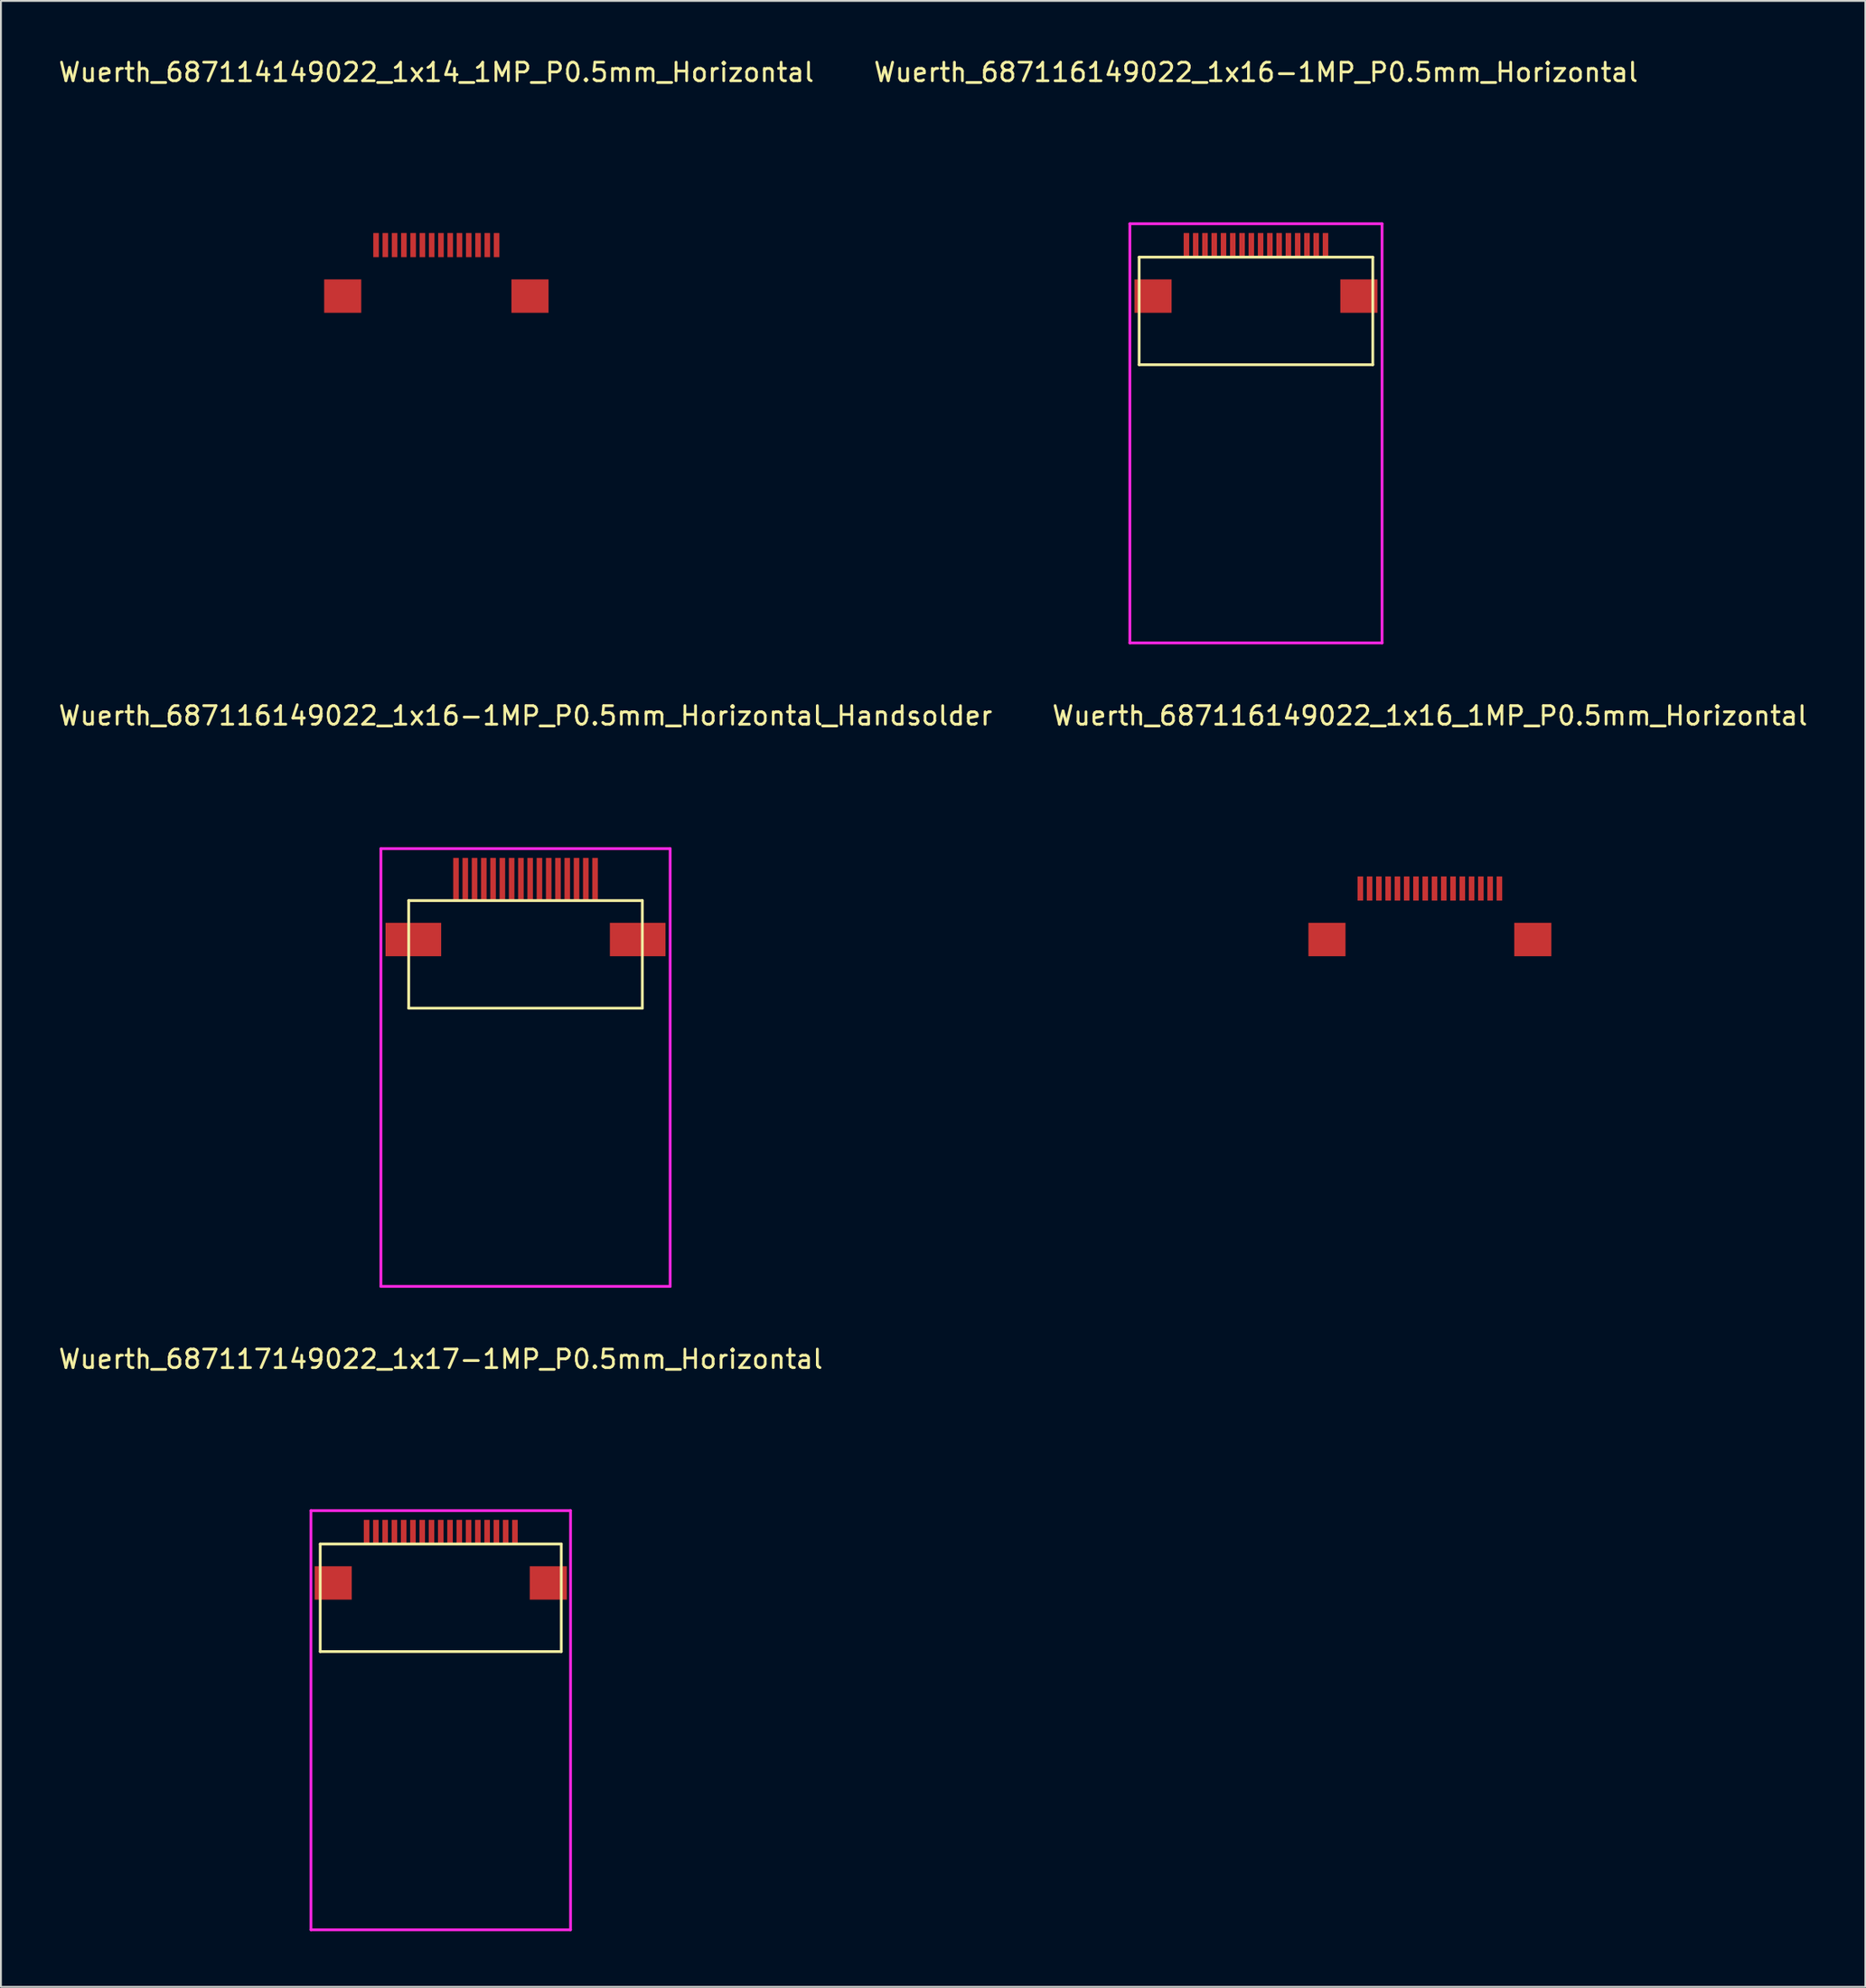
<source format=kicad_pcb>
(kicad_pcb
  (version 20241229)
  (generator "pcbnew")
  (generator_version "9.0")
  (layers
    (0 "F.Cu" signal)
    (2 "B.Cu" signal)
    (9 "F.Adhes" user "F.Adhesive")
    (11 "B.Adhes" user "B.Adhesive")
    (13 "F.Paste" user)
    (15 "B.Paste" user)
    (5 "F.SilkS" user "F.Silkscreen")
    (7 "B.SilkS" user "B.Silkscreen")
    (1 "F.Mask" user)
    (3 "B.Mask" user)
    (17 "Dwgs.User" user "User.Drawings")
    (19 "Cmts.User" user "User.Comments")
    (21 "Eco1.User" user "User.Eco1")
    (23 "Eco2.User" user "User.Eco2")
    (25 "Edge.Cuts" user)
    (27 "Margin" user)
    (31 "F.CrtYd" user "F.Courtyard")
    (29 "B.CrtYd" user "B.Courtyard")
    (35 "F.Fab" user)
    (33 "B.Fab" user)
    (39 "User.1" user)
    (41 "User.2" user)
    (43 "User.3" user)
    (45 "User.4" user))
  (footprint "Wuerth_687116149022_1x16-1MP_P0.5mm_Horizontal"
    (layer "F.Cu")
    (at 64.685 12.913)
    (property "Reference" "Wuerth_687116149022_1x16-1MP_P0.5mm_Horizontal" (at 0 -12.065 0) (layer "F.SilkS") (effects (font (size 1 1) (thickness 0.15))))
    (attr through_hole)
    (fp_line (start -6.3 -2.1) (end 6.3 -2.1) (stroke (width 0.15) (type solid)) (layer "F.SilkS"))
    (fp_line (start -6.3 3.7) (end -6.3 -2.1) (stroke (width 0.15) (type solid)) (layer "F.SilkS"))
    (fp_line (start 6.3 -2.1) (end 6.3 3.7) (stroke (width 0.15) (type solid)) (layer "F.SilkS"))
    (fp_line (start 6.3 3.7) (end -6.3 3.7) (stroke (width 0.15) (type solid)) (layer "F.SilkS"))
    (fp_line (start -6.8 -3.9) (end 6.8 -3.9) (stroke (width 0.15) (type solid)) (layer "F.CrtYd"))
    (fp_line (start -6.8 18.7) (end -6.8 -3.9) (stroke (width 0.15) (type solid)) (layer "F.CrtYd"))
    (fp_line (start 6.8 -3.9) (end 6.8 18.7) (stroke (width 0.15) (type solid)) (layer "F.CrtYd"))
    (fp_line (start 6.8 18.7) (end -6.8 18.7) (stroke (width 0.15) (type solid)) (layer "F.CrtYd"))
    (pad "1" smd rect (at -3.75 -2.75) (size 0.3 1.3) (layers "F.Cu" "F.Mask" "F.Paste"))
    (pad "2" smd rect (at -3.25 -2.75) (size 0.3 1.3) (layers "F.Cu" "F.Mask" "F.Paste"))
    (pad "3" smd rect (at -2.75 -2.75) (size 0.3 1.3) (layers "F.Cu" "F.Mask" "F.Paste"))
    (pad "4" smd rect (at -2.25 -2.75) (size 0.3 1.3) (layers "F.Cu" "F.Mask" "F.Paste"))
    (pad "5" smd rect (at -1.75 -2.75) (size 0.3 1.3) (layers "F.Cu" "F.Mask" "F.Paste"))
    (pad "6" smd rect (at -1.25 -2.75) (size 0.3 1.3) (layers "F.Cu" "F.Mask" "F.Paste"))
    (pad "7" smd rect (at -0.75 -2.75) (size 0.3 1.3) (layers "F.Cu" "F.Mask" "F.Paste"))
    (pad "8" smd rect (at -0.25 -2.75) (size 0.3 1.3) (layers "F.Cu" "F.Mask" "F.Paste"))
    (pad "9" smd rect (at 0.25 -2.75) (size 0.3 1.3) (layers "F.Cu" "F.Mask" "F.Paste"))
    (pad "10" smd rect (at 0.75 -2.75) (size 0.3 1.3) (layers "F.Cu" "F.Mask" "F.Paste"))
    (pad "11" smd rect (at 1.25 -2.75) (size 0.3 1.3) (layers "F.Cu" "F.Mask" "F.Paste"))
    (pad "12" smd rect (at 1.75 -2.75) (size 0.3 1.3) (layers "F.Cu" "F.Mask" "F.Paste"))
    (pad "13" smd rect (at 2.25 -2.75) (size 0.3 1.3) (layers "F.Cu" "F.Mask" "F.Paste"))
    (pad "14" smd rect (at 2.75 -2.75) (size 0.3 1.3) (layers "F.Cu" "F.Mask" "F.Paste"))
    (pad "15" smd rect (at 3.25 -2.75) (size 0.3 1.3) (layers "F.Cu" "F.Mask" "F.Paste"))
    (pad "16" smd rect (at 3.75 -2.75) (size 0.3 1.3) (layers "F.Cu" "F.Mask" "F.Paste"))
    (pad "MP" smd rect (at -5.55 0) (size 2 1.8) (layers "F.Cu" "F.Mask" "F.Paste"))
    (pad "MP" smd rect (at 5.55 0) (size 2 1.8) (layers "F.Cu" "F.Mask" "F.Paste")))
  (footprint "Wuerth_687114149022_1x14_1MP_P0.5mm_Horizontal"
    (layer "F.Cu")
    (at 20.482 12.913)
    (property "Reference" "Wuerth_687114149022_1x14_1MP_P0.5mm_Horizontal" (at 0 -12.065 0) (layer "F.SilkS") (effects (font (size 1 1) (thickness 0.15))))
    (attr through_hole)
    (pad "1" smd rect (at -3.25 -2.75) (size 0.3 1.3) (layers "F.Cu" "F.Mask"))
    (pad "2" smd rect (at -2.75 -2.75) (size 0.3 1.3) (layers "F.Cu" "F.Mask"))
    (pad "3" smd rect (at -2.25 -2.75) (size 0.3 1.3) (layers "F.Cu" "F.Mask"))
    (pad "4" smd rect (at -1.75 -2.75) (size 0.3 1.3) (layers "F.Cu" "F.Mask"))
    (pad "5" smd rect (at -1.25 -2.75) (size 0.3 1.3) (layers "F.Cu" "F.Mask"))
    (pad "6" smd rect (at -0.75 -2.75) (size 0.3 1.3) (layers "F.Cu" "F.Mask"))
    (pad "7" smd rect (at -0.25 -2.75) (size 0.3 1.3) (layers "F.Cu" "F.Mask"))
    (pad "8" smd rect (at 0.25 -2.75) (size 0.3 1.3) (layers "F.Cu" "F.Mask"))
    (pad "9" smd rect (at 0.75 -2.75) (size 0.3 1.3) (layers "F.Cu" "F.Mask"))
    (pad "10" smd rect (at 1.25 -2.75) (size 0.3 1.3) (layers "F.Cu" "F.Mask"))
    (pad "11" smd rect (at 1.75 -2.75) (size 0.3 1.3) (layers "F.Cu" "F.Mask"))
    (pad "12" smd rect (at 2.25 -2.75) (size 0.3 1.3) (layers "F.Cu" "F.Mask"))
    (pad "13" smd rect (at 2.75 -2.75) (size 0.3 1.3) (layers "F.Cu" "F.Mask"))
    (pad "14" smd rect (at 3.25 -2.75) (size 0.3 1.3) (layers "F.Cu" "F.Mask"))
    (pad "MP" smd rect (at -5.05 0) (size 2 1.8) (layers "F.Cu" "F.Mask"))
    (pad "MP" smd rect (at 5.05 0) (size 2 1.8) (layers "F.Cu" "F.Mask")))
  (footprint "Wuerth_687117149022_1x17-1MP_P0.5mm_Horizontal"
    (layer "F.Cu")
    (at 20.72 82.29)
    (property "Reference" "Wuerth_687117149022_1x17-1MP_P0.5mm_Horizontal" (at 0 -12.065 0) (layer "F.SilkS") (effects (font (size 1 1) (thickness 0.15))))
    (attr through_hole)
    (fp_line (start -6.5 -2.1) (end 6.5 -2.1) (stroke (width 0.15) (type solid)) (layer "F.SilkS"))
    (fp_line (start -6.5 3.7) (end -6.5 -2.1) (stroke (width 0.15) (type solid)) (layer "F.SilkS"))
    (fp_line (start 6.5 -2.1) (end 6.5 3.7) (stroke (width 0.15) (type solid)) (layer "F.SilkS"))
    (fp_line (start 6.5 3.7) (end -6.5 3.7) (stroke (width 0.15) (type solid)) (layer "F.SilkS"))
    (fp_line (start -7 -3.9) (end 7 -3.9) (stroke (width 0.15) (type solid)) (layer "F.CrtYd"))
    (fp_line (start -7 18.7) (end -7 -3.9) (stroke (width 0.15) (type solid)) (layer "F.CrtYd"))
    (fp_line (start 7 -3.9) (end 7 18.7) (stroke (width 0.15) (type solid)) (layer "F.CrtYd"))
    (fp_line (start 7 18.7) (end -7 18.7) (stroke (width 0.15) (type solid)) (layer "F.CrtYd"))
    (pad "1" smd rect (at -4 -2.75) (size 0.3 1.3) (layers "F.Cu" "F.Mask" "F.Paste"))
    (pad "2" smd rect (at -3.5 -2.75) (size 0.3 1.3) (layers "F.Cu" "F.Mask" "F.Paste"))
    (pad "3" smd rect (at -3 -2.75) (size 0.3 1.3) (layers "F.Cu" "F.Mask" "F.Paste"))
    (pad "4" smd rect (at -2.5 -2.75) (size 0.3 1.3) (layers "F.Cu" "F.Mask" "F.Paste"))
    (pad "5" smd rect (at -2 -2.75) (size 0.3 1.3) (layers "F.Cu" "F.Mask" "F.Paste"))
    (pad "6" smd rect (at -1.5 -2.75) (size 0.3 1.3) (layers "F.Cu" "F.Mask" "F.Paste"))
    (pad "7" smd rect (at -1 -2.75) (size 0.3 1.3) (layers "F.Cu" "F.Mask" "F.Paste"))
    (pad "8" smd rect (at -0.5 -2.75) (size 0.3 1.3) (layers "F.Cu" "F.Mask" "F.Paste"))
    (pad "9" smd rect (at 0 -2.75) (size 0.3 1.3) (layers "F.Cu" "F.Mask" "F.Paste"))
    (pad "10" smd rect (at 0.5 -2.75) (size 0.3 1.3) (layers "F.Cu" "F.Mask" "F.Paste"))
    (pad "11" smd rect (at 1 -2.75) (size 0.3 1.3) (layers "F.Cu" "F.Mask" "F.Paste"))
    (pad "12" smd rect (at 1.5 -2.75) (size 0.3 1.3) (layers "F.Cu" "F.Mask" "F.Paste"))
    (pad "13" smd rect (at 2 -2.75) (size 0.3 1.3) (layers "F.Cu" "F.Mask" "F.Paste"))
    (pad "14" smd rect (at 2.5 -2.75) (size 0.3 1.3) (layers "F.Cu" "F.Mask" "F.Paste"))
    (pad "15" smd rect (at 3 -2.75) (size 0.3 1.3) (layers "F.Cu" "F.Mask" "F.Paste"))
    (pad "16" smd rect (at 3.5 -2.75) (size 0.3 1.3) (layers "F.Cu" "F.Mask" "F.Paste"))
    (pad "17" smd rect (at 4 -2.75) (size 0.3 1.3) (layers "F.Cu" "F.Mask" "F.Paste"))
    (pad "MP" smd rect (at -5.8 0) (size 2 1.8) (layers "F.Cu" "F.Mask" "F.Paste"))
    (pad "MP" smd rect (at 5.8 0) (size 2 1.8) (layers "F.Cu" "F.Mask" "F.Paste")))
  (footprint "Wuerth_687116149022_1x16-1MP_P0.5mm_Horizontal_Handsolder"
    (layer "F.Cu")
    (at 25.292 47.602)
    (property "Reference" "Wuerth_687116149022_1x16-1MP_P0.5mm_Horizontal_Handsolder" (at 0 -12.065 0) (layer "F.SilkS") (effects (font (size 1 1) (thickness 0.15))))
    (attr through_hole)
    (fp_line (start -6.3 -2.1) (end 6.3 -2.1) (stroke (width 0.15) (type solid)) (layer "F.SilkS"))
    (fp_line (start -6.3 3.7) (end -6.3 -2.1) (stroke (width 0.15) (type solid)) (layer "F.SilkS"))
    (fp_line (start 6.3 -2.1) (end 6.3 3.7) (stroke (width 0.15) (type solid)) (layer "F.SilkS"))
    (fp_line (start 6.3 3.7) (end -6.3 3.7) (stroke (width 0.15) (type solid)) (layer "F.SilkS"))
    (fp_line (start -7.8 -4.9) (end 7.8 -4.9) (stroke (width 0.15) (type solid)) (layer "F.CrtYd"))
    (fp_line (start -7.8 18.7) (end -7.8 -4.9) (stroke (width 0.15) (type solid)) (layer "F.CrtYd"))
    (fp_line (start 7.8 -4.9) (end 7.8 18.7) (stroke (width 0.15) (type solid)) (layer "F.CrtYd"))
    (fp_line (start 7.8 18.7) (end -7.8 18.7) (stroke (width 0.15) (type solid)) (layer "F.CrtYd"))
    (pad "1" smd rect (at -3.75 -3.25) (size 0.3 2.3) (layers "F.Cu" "F.Mask"))
    (pad "2" smd rect (at -3.25 -3.25) (size 0.3 2.3) (layers "F.Cu" "F.Mask"))
    (pad "3" smd rect (at -2.75 -3.25) (size 0.3 2.3) (layers "F.Cu" "F.Mask"))
    (pad "4" smd rect (at -2.25 -3.25) (size 0.3 2.3) (layers "F.Cu" "F.Mask"))
    (pad "5" smd rect (at -1.75 -3.25) (size 0.3 2.3) (layers "F.Cu" "F.Mask"))
    (pad "6" smd rect (at -1.25 -3.25) (size 0.3 2.3) (layers "F.Cu" "F.Mask"))
    (pad "7" smd rect (at -0.75 -3.25) (size 0.3 2.3) (layers "F.Cu" "F.Mask"))
    (pad "8" smd rect (at -0.25 -3.25) (size 0.3 2.3) (layers "F.Cu" "F.Mask"))
    (pad "9" smd rect (at 0.25 -3.25) (size 0.3 2.3) (layers "F.Cu" "F.Mask"))
    (pad "10" smd rect (at 0.75 -3.25) (size 0.3 2.3) (layers "F.Cu" "F.Mask"))
    (pad "11" smd rect (at 1.25 -3.25) (size 0.3 2.3) (layers "F.Cu" "F.Mask"))
    (pad "12" smd rect (at 1.75 -3.25) (size 0.3 2.3) (layers "F.Cu" "F.Mask"))
    (pad "13" smd rect (at 2.25 -3.25) (size 0.3 2.3) (layers "F.Cu" "F.Mask"))
    (pad "14" smd rect (at 2.75 -3.25) (size 0.3 2.3) (layers "F.Cu" "F.Mask"))
    (pad "15" smd rect (at 3.25 -3.25) (size 0.3 2.3) (layers "F.Cu" "F.Mask"))
    (pad "16" smd rect (at 3.75 -3.25) (size 0.3 2.3) (layers "F.Cu" "F.Mask"))
    (pad "MP" smd rect (at -6.05 0) (size 3 1.8) (layers "F.Cu" "F.Mask"))
    (pad "MP" smd rect (at 6.05 0) (size 3 1.8) (layers "F.Cu" "F.Mask")))
  (footprint "Wuerth_687116149022_1x16_1MP_P0.5mm_Horizontal"
    (layer "F.Cu")
    (at 74.065 47.602)
    (property "Reference" "Wuerth_687116149022_1x16_1MP_P0.5mm_Horizontal" (at 0 -12.065 0) (layer "F.SilkS") (effects (font (size 1 1) (thickness 0.15))))
    (attr through_hole)
    (pad "1" smd rect (at -3.75 -2.75) (size 0.3 1.3) (layers "F.Cu" "F.Mask"))
    (pad "2" smd rect (at -3.25 -2.75) (size 0.3 1.3) (layers "F.Cu" "F.Mask"))
    (pad "3" smd rect (at -2.75 -2.75) (size 0.3 1.3) (layers "F.Cu" "F.Mask"))
    (pad "4" smd rect (at -2.25 -2.75) (size 0.3 1.3) (layers "F.Cu" "F.Mask"))
    (pad "5" smd rect (at -1.75 -2.75) (size 0.3 1.3) (layers "F.Cu" "F.Mask"))
    (pad "6" smd rect (at -1.25 -2.75) (size 0.3 1.3) (layers "F.Cu" "F.Mask"))
    (pad "7" smd rect (at -0.75 -2.75) (size 0.3 1.3) (layers "F.Cu" "F.Mask"))
    (pad "8" smd rect (at -0.25 -2.75) (size 0.3 1.3) (layers "F.Cu" "F.Mask"))
    (pad "9" smd rect (at 0.25 -2.75) (size 0.3 1.3) (layers "F.Cu" "F.Mask"))
    (pad "10" smd rect (at 0.75 -2.75) (size 0.3 1.3) (layers "F.Cu" "F.Mask"))
    (pad "11" smd rect (at 1.25 -2.75) (size 0.3 1.3) (layers "F.Cu" "F.Mask"))
    (pad "12" smd rect (at 1.75 -2.75) (size 0.3 1.3) (layers "F.Cu" "F.Mask"))
    (pad "13" smd rect (at 2.25 -2.75) (size 0.3 1.3) (layers "F.Cu" "F.Mask"))
    (pad "14" smd rect (at 2.75 -2.75) (size 0.3 1.3) (layers "F.Cu" "F.Mask"))
    (pad "15" smd rect (at 3.25 -2.75) (size 0.3 1.3) (layers "F.Cu" "F.Mask"))
    (pad "16" smd rect (at 3.75 -2.75) (size 0.3 1.3) (layers "F.Cu" "F.Mask"))
    (pad "MP" smd rect (at -5.55 0) (size 2 1.8) (layers "F.Cu" "F.Mask"))
    (pad "MP" smd rect (at 5.55 0) (size 2 1.8) (layers "F.Cu" "F.Mask")))
  (gr_rect
    (start -3 -3)
    (end 97.548 104.065)
    (stroke (width 0.1) (type default))
    (fill no)
    (layer "Edge.Cuts")))
</source>
